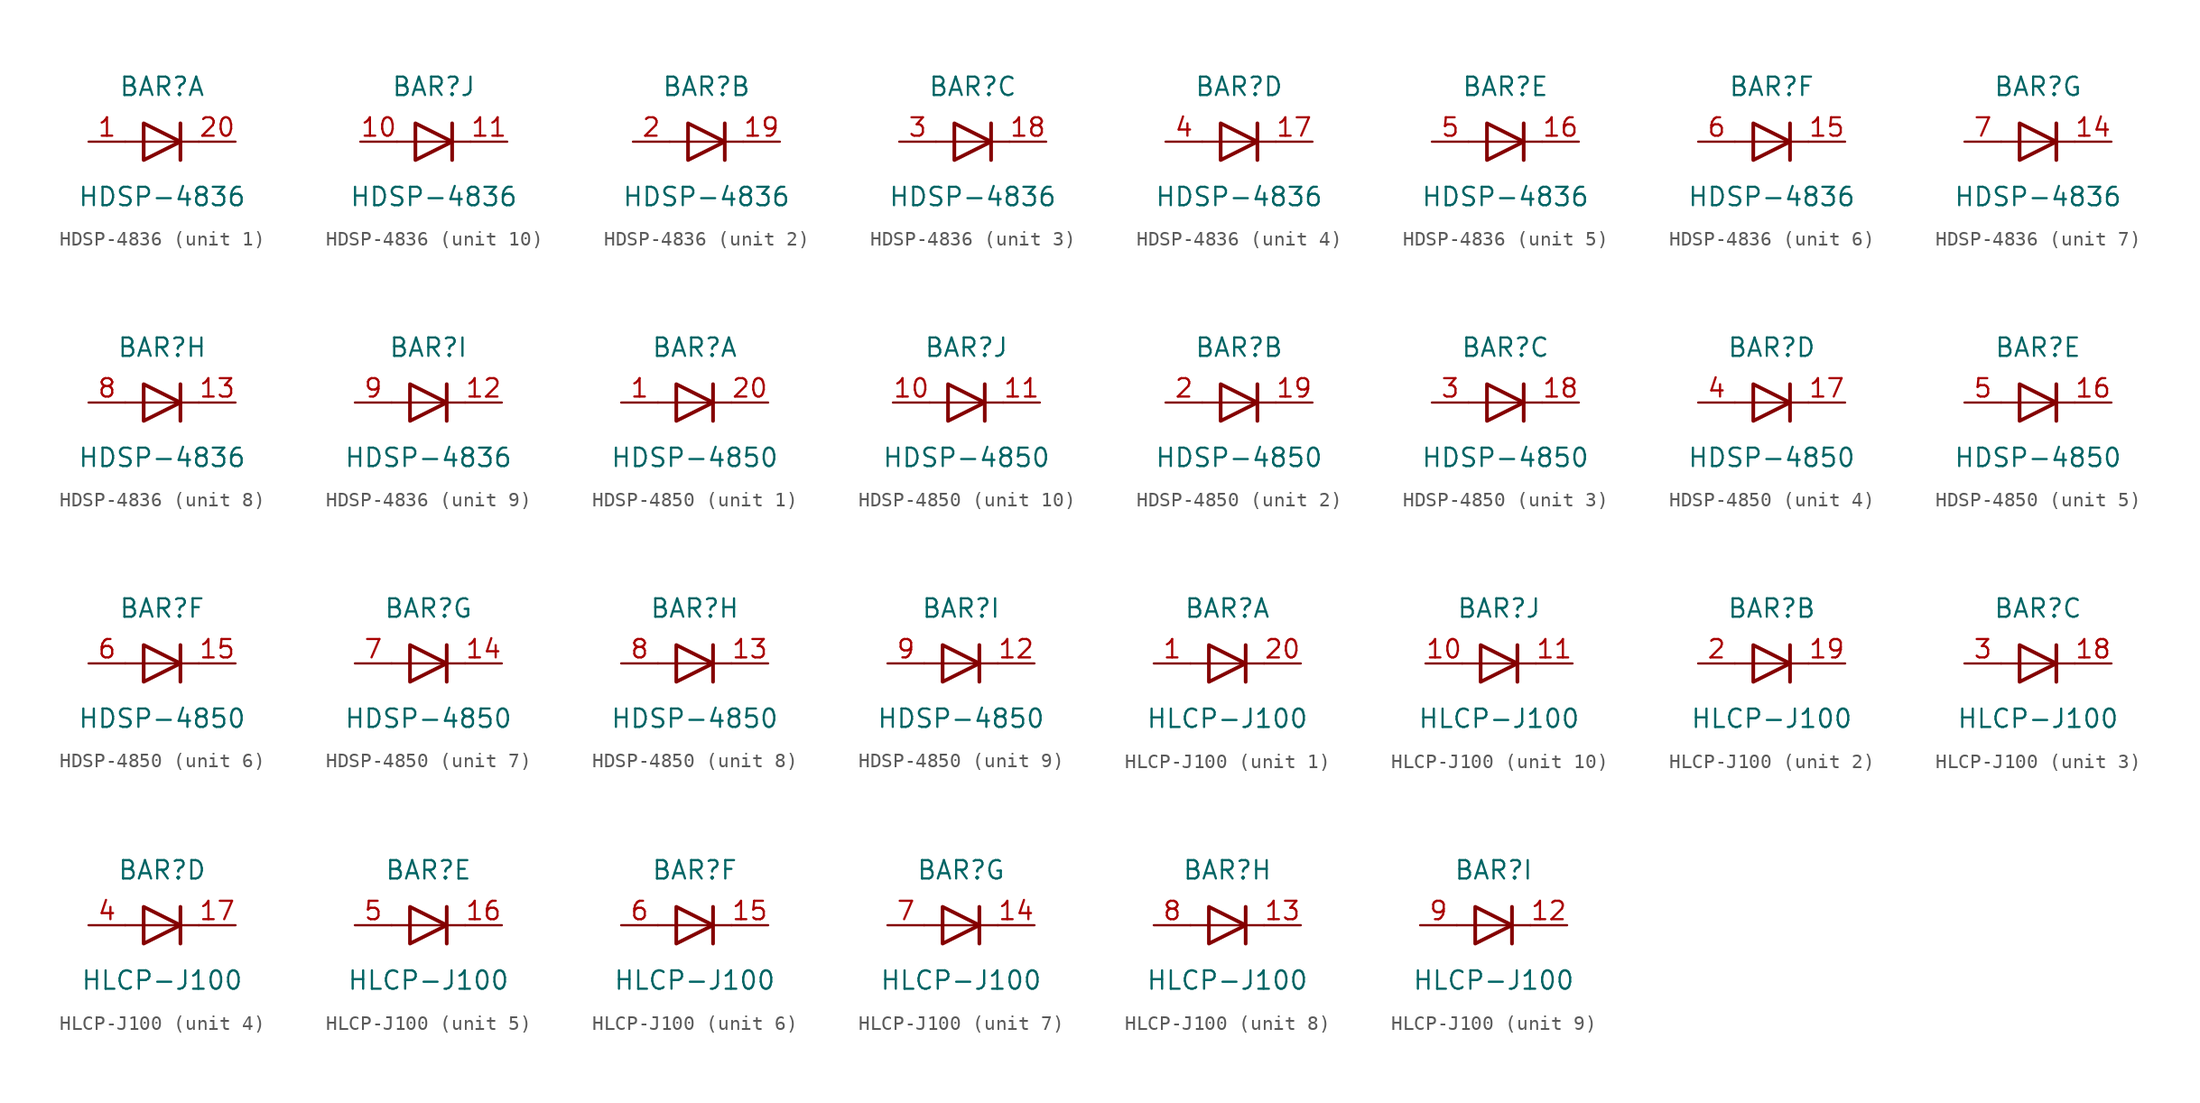
<source format=kicad_sym>
(kicad_symbol_lib
  (version 20241209)
  (generator "kicad_symbol_editor")
  (generator_version "9.0")
  (symbol "HDSP-4836"
    (pin_names
      (offset 1.016)
      (hide yes))
    (property "Reference" "BAR"
      (at 0 3.81 0)
      (effects (font (size 1.27 1.27))))
    (property "Value" "HDSP-4836"
      (at 0 -3.81 0)
      (effects (font (size 1.27 1.27))))
    (symbol "HDSP-4836_0_1"
      (polyline (pts (xy -2.54 0) (xy 2.54 0)) (stroke (width 0) (type default)) (fill (type none)))
      (polyline (pts (xy -1.27 1.27) (xy -1.27 -1.27) (xy 1.27 0) (xy -1.27 1.27)) (stroke (width 0.254) (type default)) (fill (type none)))
      (polyline (pts (xy 1.27 -1.27) (xy 1.27 1.27)) (stroke (width 0.254) (type default)) (fill (type none))))
    (symbol "HDSP-4836_1_1"
      (pin passive line (at -5.08 0 0) (length 2.54) (name "A" (effects (font (size 1.27 1.27)))) (number "1" (effects (font (size 1.27 1.27)))))
      (pin passive line (at 5.08 0 180) (length 2.54) (name "K" (effects (font (size 1.27 1.27)))) (number "20" (effects (font (size 1.27 1.27))))))
    (symbol "HDSP-4836_2_1"
      (pin passive line (at -5.08 0 0) (length 2.54) (name "A" (effects (font (size 1.27 1.27)))) (number "2" (effects (font (size 1.27 1.27)))))
      (pin passive line (at 5.08 0 180) (length 2.54) (name "K" (effects (font (size 1.27 1.27)))) (number "19" (effects (font (size 1.27 1.27))))))
    (symbol "HDSP-4836_3_1"
      (pin passive line (at -5.08 0 0) (length 2.54) (name "A" (effects (font (size 1.27 1.27)))) (number "3" (effects (font (size 1.27 1.27)))))
      (pin passive line (at 5.08 0 180) (length 2.54) (name "K" (effects (font (size 1.27 1.27)))) (number "18" (effects (font (size 1.27 1.27))))))
    (symbol "HDSP-4836_4_1"
      (pin passive line (at -5.08 0 0) (length 2.54) (name "A" (effects (font (size 1.27 1.27)))) (number "4" (effects (font (size 1.27 1.27)))))
      (pin passive line (at 5.08 0 180) (length 2.54) (name "K" (effects (font (size 1.27 1.27)))) (number "17" (effects (font (size 1.27 1.27))))))
    (symbol "HDSP-4836_5_1"
      (pin passive line (at -5.08 0 0) (length 2.54) (name "A" (effects (font (size 1.27 1.27)))) (number "5" (effects (font (size 1.27 1.27)))))
      (pin passive line (at 5.08 0 180) (length 2.54) (name "K" (effects (font (size 1.27 1.27)))) (number "16" (effects (font (size 1.27 1.27))))))
    (symbol "HDSP-4836_6_1"
      (pin passive line (at -5.08 0 0) (length 2.54) (name "A" (effects (font (size 1.27 1.27)))) (number "6" (effects (font (size 1.27 1.27)))))
      (pin passive line (at 5.08 0 180) (length 2.54) (name "K" (effects (font (size 1.27 1.27)))) (number "15" (effects (font (size 1.27 1.27))))))
    (symbol "HDSP-4836_7_1"
      (pin passive line (at -5.08 0 0) (length 2.54) (name "A" (effects (font (size 1.27 1.27)))) (number "7" (effects (font (size 1.27 1.27)))))
      (pin passive line (at 5.08 0 180) (length 2.54) (name "K" (effects (font (size 1.27 1.27)))) (number "14" (effects (font (size 1.27 1.27))))))
    (symbol "HDSP-4836_8_1"
      (pin passive line (at -5.08 0 0) (length 2.54) (name "A" (effects (font (size 1.27 1.27)))) (number "8" (effects (font (size 1.27 1.27)))))
      (pin passive line (at 5.08 0 180) (length 2.54) (name "K" (effects (font (size 1.27 1.27)))) (number "13" (effects (font (size 1.27 1.27))))))
    (symbol "HDSP-4836_9_1"
      (pin passive line (at -5.08 0 0) (length 2.54) (name "A" (effects (font (size 1.27 1.27)))) (number "9" (effects (font (size 1.27 1.27)))))
      (pin passive line (at 5.08 0 180) (length 2.54) (name "K" (effects (font (size 1.27 1.27)))) (number "12" (effects (font (size 1.27 1.27))))))
    (symbol "HDSP-4836_10_1"
      (pin passive line (at -5.08 0 0) (length 2.54) (name "A" (effects (font (size 1.27 1.27)))) (number "10" (effects (font (size 1.27 1.27)))))
      (pin passive line (at 5.08 0 180) (length 2.54) (name "K" (effects (font (size 1.27 1.27)))) (number "11" (effects (font (size 1.27 1.27)))))))
  (symbol "HDSP-4850"
    (pin_names
      (offset 1.016)
      (hide yes))
    (property "Reference" "BAR"
      (at 0 3.81 0)
      (effects (font (size 1.27 1.27))))
    (property "Value" "HDSP-4850"
      (at 0 -3.81 0)
      (effects (font (size 1.27 1.27))))
    (symbol "HDSP-4850_0_1"
      (polyline (pts (xy -2.54 0) (xy 2.54 0)) (stroke (width 0) (type default)) (fill (type none)))
      (polyline (pts (xy -1.27 1.27) (xy -1.27 -1.27) (xy 1.27 0) (xy -1.27 1.27)) (stroke (width 0.254) (type default)) (fill (type none)))
      (polyline (pts (xy 1.27 -1.27) (xy 1.27 1.27)) (stroke (width 0.254) (type default)) (fill (type none))))
    (symbol "HDSP-4850_1_1"
      (pin passive line (at -5.08 0 0) (length 2.54) (name "A" (effects (font (size 1.27 1.27)))) (number "1" (effects (font (size 1.27 1.27)))))
      (pin passive line (at 5.08 0 180) (length 2.54) (name "K" (effects (font (size 1.27 1.27)))) (number "20" (effects (font (size 1.27 1.27))))))
    (symbol "HDSP-4850_2_1"
      (pin passive line (at -5.08 0 0) (length 2.54) (name "A" (effects (font (size 1.27 1.27)))) (number "2" (effects (font (size 1.27 1.27)))))
      (pin passive line (at 5.08 0 180) (length 2.54) (name "K" (effects (font (size 1.27 1.27)))) (number "19" (effects (font (size 1.27 1.27))))))
    (symbol "HDSP-4850_3_1"
      (pin passive line (at -5.08 0 0) (length 2.54) (name "A" (effects (font (size 1.27 1.27)))) (number "3" (effects (font (size 1.27 1.27)))))
      (pin passive line (at 5.08 0 180) (length 2.54) (name "K" (effects (font (size 1.27 1.27)))) (number "18" (effects (font (size 1.27 1.27))))))
    (symbol "HDSP-4850_4_1"
      (pin passive line (at -5.08 0 0) (length 2.54) (name "A" (effects (font (size 1.27 1.27)))) (number "4" (effects (font (size 1.27 1.27)))))
      (pin passive line (at 5.08 0 180) (length 2.54) (name "K" (effects (font (size 1.27 1.27)))) (number "17" (effects (font (size 1.27 1.27))))))
    (symbol "HDSP-4850_5_1"
      (pin passive line (at -5.08 0 0) (length 2.54) (name "A" (effects (font (size 1.27 1.27)))) (number "5" (effects (font (size 1.27 1.27)))))
      (pin passive line (at 5.08 0 180) (length 2.54) (name "K" (effects (font (size 1.27 1.27)))) (number "16" (effects (font (size 1.27 1.27))))))
    (symbol "HDSP-4850_6_1"
      (pin passive line (at -5.08 0 0) (length 2.54) (name "A" (effects (font (size 1.27 1.27)))) (number "6" (effects (font (size 1.27 1.27)))))
      (pin passive line (at 5.08 0 180) (length 2.54) (name "K" (effects (font (size 1.27 1.27)))) (number "15" (effects (font (size 1.27 1.27))))))
    (symbol "HDSP-4850_7_1"
      (pin passive line (at -5.08 0 0) (length 2.54) (name "A" (effects (font (size 1.27 1.27)))) (number "7" (effects (font (size 1.27 1.27)))))
      (pin passive line (at 5.08 0 180) (length 2.54) (name "K" (effects (font (size 1.27 1.27)))) (number "14" (effects (font (size 1.27 1.27))))))
    (symbol "HDSP-4850_8_1"
      (pin passive line (at -5.08 0 0) (length 2.54) (name "A" (effects (font (size 1.27 1.27)))) (number "8" (effects (font (size 1.27 1.27)))))
      (pin passive line (at 5.08 0 180) (length 2.54) (name "K" (effects (font (size 1.27 1.27)))) (number "13" (effects (font (size 1.27 1.27))))))
    (symbol "HDSP-4850_9_1"
      (pin passive line (at -5.08 0 0) (length 2.54) (name "A" (effects (font (size 1.27 1.27)))) (number "9" (effects (font (size 1.27 1.27)))))
      (pin passive line (at 5.08 0 180) (length 2.54) (name "K" (effects (font (size 1.27 1.27)))) (number "12" (effects (font (size 1.27 1.27))))))
    (symbol "HDSP-4850_10_1"
      (pin passive line (at -5.08 0 0) (length 2.54) (name "A" (effects (font (size 1.27 1.27)))) (number "10" (effects (font (size 1.27 1.27)))))
      (pin passive line (at 5.08 0 180) (length 2.54) (name "K" (effects (font (size 1.27 1.27)))) (number "11" (effects (font (size 1.27 1.27)))))))
  (symbol "HLCP-J100"
    (pin_names
      (offset 1.016)
      (hide yes))
    (property "Reference" "BAR"
      (at 0 3.81 0)
      (effects (font (size 1.27 1.27))))
    (property "Value" "HLCP-J100"
      (at 0 -3.81 0)
      (effects (font (size 1.27 1.27))))
    (symbol "HLCP-J100_0_1"
      (polyline (pts (xy -2.54 0) (xy 2.54 0)) (stroke (width 0) (type default)) (fill (type none)))
      (polyline (pts (xy -1.27 1.27) (xy -1.27 -1.27) (xy 1.27 0) (xy -1.27 1.27)) (stroke (width 0.254) (type default)) (fill (type none)))
      (polyline (pts (xy 1.27 -1.27) (xy 1.27 1.27)) (stroke (width 0.254) (type default)) (fill (type none))))
    (symbol "HLCP-J100_1_1"
      (pin passive line (at -5.08 0 0) (length 2.54) (name "A" (effects (font (size 1.27 1.27)))) (number "1" (effects (font (size 1.27 1.27)))))
      (pin passive line (at 5.08 0 180) (length 2.54) (name "K" (effects (font (size 1.27 1.27)))) (number "20" (effects (font (size 1.27 1.27))))))
    (symbol "HLCP-J100_2_1"
      (pin passive line (at -5.08 0 0) (length 2.54) (name "A" (effects (font (size 1.27 1.27)))) (number "2" (effects (font (size 1.27 1.27)))))
      (pin passive line (at 5.08 0 180) (length 2.54) (name "K" (effects (font (size 1.27 1.27)))) (number "19" (effects (font (size 1.27 1.27))))))
    (symbol "HLCP-J100_3_1"
      (pin passive line (at -5.08 0 0) (length 2.54) (name "A" (effects (font (size 1.27 1.27)))) (number "3" (effects (font (size 1.27 1.27)))))
      (pin passive line (at 5.08 0 180) (length 2.54) (name "K" (effects (font (size 1.27 1.27)))) (number "18" (effects (font (size 1.27 1.27))))))
    (symbol "HLCP-J100_4_1"
      (pin passive line (at -5.08 0 0) (length 2.54) (name "A" (effects (font (size 1.27 1.27)))) (number "4" (effects (font (size 1.27 1.27)))))
      (pin passive line (at 5.08 0 180) (length 2.54) (name "K" (effects (font (size 1.27 1.27)))) (number "17" (effects (font (size 1.27 1.27))))))
    (symbol "HLCP-J100_5_1"
      (pin passive line (at -5.08 0 0) (length 2.54) (name "A" (effects (font (size 1.27 1.27)))) (number "5" (effects (font (size 1.27 1.27)))))
      (pin passive line (at 5.08 0 180) (length 2.54) (name "K" (effects (font (size 1.27 1.27)))) (number "16" (effects (font (size 1.27 1.27))))))
    (symbol "HLCP-J100_6_1"
      (pin passive line (at -5.08 0 0) (length 2.54) (name "A" (effects (font (size 1.27 1.27)))) (number "6" (effects (font (size 1.27 1.27)))))
      (pin passive line (at 5.08 0 180) (length 2.54) (name "K" (effects (font (size 1.27 1.27)))) (number "15" (effects (font (size 1.27 1.27))))))
    (symbol "HLCP-J100_7_1"
      (pin passive line (at -5.08 0 0) (length 2.54) (name "A" (effects (font (size 1.27 1.27)))) (number "7" (effects (font (size 1.27 1.27)))))
      (pin passive line (at 5.08 0 180) (length 2.54) (name "K" (effects (font (size 1.27 1.27)))) (number "14" (effects (font (size 1.27 1.27))))))
    (symbol "HLCP-J100_8_1"
      (pin passive line (at -5.08 0 0) (length 2.54) (name "A" (effects (font (size 1.27 1.27)))) (number "8" (effects (font (size 1.27 1.27)))))
      (pin passive line (at 5.08 0 180) (length 2.54) (name "K" (effects (font (size 1.27 1.27)))) (number "13" (effects (font (size 1.27 1.27))))))
    (symbol "HLCP-J100_9_1"
      (pin passive line (at -5.08 0 0) (length 2.54) (name "A" (effects (font (size 1.27 1.27)))) (number "9" (effects (font (size 1.27 1.27)))))
      (pin passive line (at 5.08 0 180) (length 2.54) (name "K" (effects (font (size 1.27 1.27)))) (number "12" (effects (font (size 1.27 1.27))))))
    (symbol "HLCP-J100_10_1"
      (pin passive line (at -5.08 0 0) (length 2.54) (name "A" (effects (font (size 1.27 1.27)))) (number "10" (effects (font (size 1.27 1.27)))))
      (pin passive line (at 5.08 0 180) (length 2.54) (name "K" (effects (font (size 1.27 1.27)))) (number "11" (effects (font (size 1.27 1.27))))))))
</source>
